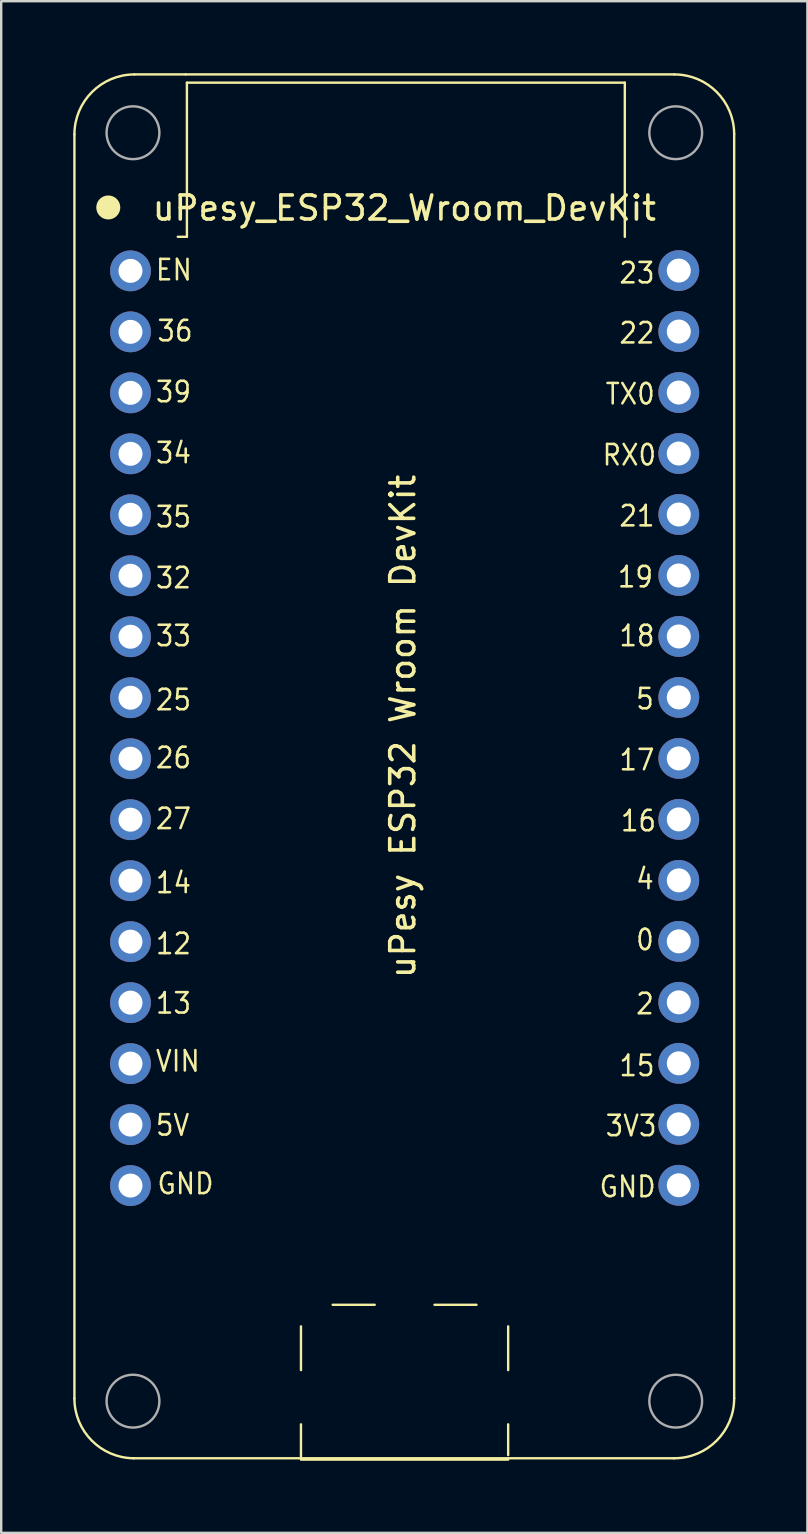
<source format=kicad_pcb>
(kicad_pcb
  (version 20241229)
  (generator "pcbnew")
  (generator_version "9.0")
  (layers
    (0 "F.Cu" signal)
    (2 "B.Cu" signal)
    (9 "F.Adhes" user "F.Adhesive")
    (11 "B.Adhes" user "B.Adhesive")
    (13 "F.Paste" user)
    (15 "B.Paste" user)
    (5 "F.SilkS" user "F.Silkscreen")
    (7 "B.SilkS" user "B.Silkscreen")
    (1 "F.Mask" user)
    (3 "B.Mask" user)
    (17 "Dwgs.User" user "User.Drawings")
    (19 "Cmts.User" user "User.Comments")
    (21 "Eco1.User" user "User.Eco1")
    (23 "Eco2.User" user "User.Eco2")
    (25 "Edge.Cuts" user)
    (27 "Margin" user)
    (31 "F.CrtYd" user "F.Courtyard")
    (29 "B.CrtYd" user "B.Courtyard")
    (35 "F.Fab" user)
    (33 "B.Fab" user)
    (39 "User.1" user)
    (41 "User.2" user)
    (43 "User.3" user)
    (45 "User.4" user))
  (footprint "uPesy_ESP32_Wroom_DevKit"
    (layer "F.Cu")
    (at 13.728 27.206)
    (property "Reference" "uPesy_ESP32_Wroom_DevKit" (at 0.064 -21.59 0) (layer "F.SilkS") (effects (font (size 1 1) (thickness 0.15))))
    (attr through_hole)
    (fp_line (start -13.678 27.994) (end -13.678 -24.656) (stroke (width 0.1) (type solid)) (layer "F.SilkS"))
    (fp_line (start -9.048 -27.156) (end -11.178 -27.156) (stroke (width 0.1) (type solid)) (layer "F.SilkS"))
    (fp_line (start -9.048 -27.156) (end 11.312 -27.156) (stroke (width 0.1) (type solid)) (layer "F.SilkS"))
    (fp_line (start -8.993 -26.812) (end -8.993 -20.393) (stroke (width 0.1) (type solid)) (layer "F.SilkS"))
    (fp_line (start -8.993 -26.812) (end 9.247 -26.812) (stroke (width 0.1) (type solid)) (layer "F.SilkS"))
    (fp_line (start -8.993 -20.393) (end -9.373 -20.393) (stroke (width 0.1) (type solid)) (layer "F.SilkS"))
    (fp_line (start -4.242 26.811) (end -4.242 24.991) (stroke (width 0.1) (type solid)) (layer "F.SilkS"))
    (fp_line (start -4.242 30.411) (end -4.242 29.071) (stroke (width 0.1) (type solid)) (layer "F.SilkS"))
    (fp_line (start -2.921 24.091) (end -1.171 24.091) (stroke (width 0.1) (type solid)) (layer "F.SilkS"))
    (fp_line (start 1.319 24.091) (end 3.068 24.091) (stroke (width 0.1) (type solid)) (layer "F.SilkS"))
    (fp_line (start 4.388 26.811) (end 4.388 24.991) (stroke (width 0.1) (type solid)) (layer "F.SilkS"))
    (fp_line (start 4.388 30.351) (end 4.388 29.071) (stroke (width 0.1) (type solid)) (layer "F.SilkS"))
    (fp_line (start 4.388 30.541) (end -4.242 30.541) (stroke (width 0.1) (type solid)) (layer "F.SilkS"))
    (fp_line (start 9.247 -26.812) (end 9.247 -20.393) (stroke (width 0.1) (type solid)) (layer "F.SilkS"))
    (fp_line (start 11.302 30.484) (end -11.218 30.484) (stroke (width 0.1) (type solid)) (layer "F.SilkS"))
    (fp_line (start 13.802 -24.666) (end 13.802 27.984) (stroke (width 0.1) (type solid)) (layer "F.SilkS"))
    (fp_arc (start -13.6782 -24.6556) (mid -12.945967 -26.423367) (end -11.1782 -27.1556) (stroke (width 0.1) (type solid)) (layer "F.SilkS"))
    (fp_arc (start -11.218186 30.48422) (mid -12.959466 29.744463) (end -13.678201 27.9944) (stroke (width 0.1) (type solid)) (layer "F.SilkS"))
    (fp_arc (start 11.3118 -27.1556) (mid 13.072496 -26.426296) (end 13.8018 -24.6656) (stroke (width 0.1) (type solid)) (layer "F.SilkS"))
    (fp_arc (start 13.8018 27.9844) (mid 13.069567 29.752167) (end 11.3018 30.4844) (stroke (width 0.1) (type solid)) (layer "F.SilkS"))
    (fp_circle (center -12.268 -21.615) (end -12.018 -21.615) (stroke (width 0.5) (type solid)) (fill no) (layer "F.SilkS"))
    (fp_circle (center -11.239 -24.727) (end -10.139 -24.727) (stroke (width 0.1) (type solid)) (fill no) (layer "F.Fab"))
    (fp_circle (center -11.239 28.105) (end -10.139 28.105) (stroke (width 0.1) (type solid)) (fill no) (layer "F.Fab"))
    (fp_circle (center 11.367 -24.727) (end 12.466 -24.727) (stroke (width 0.1) (type solid)) (fill no) (layer "F.Fab"))
    (fp_circle (center 11.367 28.105) (end 12.466 28.105) (stroke (width 0.1) (type solid)) (fill no) (layer "F.Fab"))
    (fp_text user "4" (at 9.652 6.35 180) (layer "F.SilkS") (effects (font (size 0.85 0.765) (thickness 0.106)) (justify left)))
    (fp_text user "36" (at -10.287 -16.472 0) (layer "F.SilkS") (effects (font (size 0.85 0.765) (thickness 0.106)) (justify left)))
    (fp_text user "GND" (at 8.128 19.177 180) (layer "F.SilkS") (effects (font (size 0.85 0.765) (thickness 0.106)) (justify left)))
    (fp_text user "22" (at 8.954 -16.383 180) (layer "F.SilkS") (effects (font (size 0.85 0.765) (thickness 0.106)) (justify left)))
    (fp_text user "21" (at 8.954 -8.763 180) (layer "F.SilkS") (effects (font (size 0.85 0.765) (thickness 0.106)) (justify left)))
    (fp_text user "15" (at 8.954 14.135 180) (layer "F.SilkS") (effects (font (size 0.85 0.765) (thickness 0.106)) (justify left)))
    (fp_text user "RX0" (at 8.255 -11.303 180) (layer "F.SilkS") (effects (font (size 0.85 0.765) (thickness 0.106)) (justify left)))
    (fp_text user "33" (at -10.351 -3.772 0) (layer "F.SilkS") (effects (font (size 0.85 0.765) (thickness 0.106)) (justify left)))
    (fp_text user "34" (at -10.351 -11.392 0) (layer "F.SilkS") (effects (font (size 0.85 0.765) (thickness 0.106)) (justify left)))
    (fp_text user "EN" (at -10.351 -19.012 0) (layer "F.SilkS") (effects (font (size 0.85 0.765) (thickness 0.106)) (justify left)))
    (fp_text user "27" (at -10.351 3.848 0) (layer "F.SilkS") (effects (font (size 0.85 0.765) (thickness 0.106)) (justify left)))
    (fp_text user "26" (at -10.351 1.308 0) (layer "F.SilkS") (effects (font (size 0.85 0.765) (thickness 0.106)) (justify left)))
    (fp_text user "2" (at 9.652 11.557 180) (layer "F.SilkS") (effects (font (size 0.85 0.765) (thickness 0.106)) (justify left)))
    (fp_text user "5" (at 9.652 -1.143 180) (layer "F.SilkS") (effects (font (size 0.85 0.765) (thickness 0.106)) (justify left)))
    (fp_text user "14" (at -10.351 6.515 0) (layer "F.SilkS") (effects (font (size 0.85 0.765) (thickness 0.106)) (justify left)))
    (fp_text user "5V" (at -10.351 16.612 0) (layer "F.SilkS") (effects (font (size 0.85 0.765) (thickness 0.106)) (justify left)))
    (fp_text user "17" (at 8.954 1.397 180) (layer "F.SilkS") (effects (font (size 0.85 0.765) (thickness 0.106)) (justify left)))
    (fp_text user "3V3" (at 8.382 16.637 180) (layer "F.SilkS") (effects (font (size 0.85 0.765) (thickness 0.106)) (justify left)))
    (fp_text user "13" (at -10.351 11.531 0) (layer "F.SilkS") (effects (font (size 0.85 0.765) (thickness 0.106)) (justify left)))
    (fp_text user "32" (at -10.351 -6.185 0) (layer "F.SilkS") (effects (font (size 0.85 0.765) (thickness 0.106)) (justify left)))
    (fp_text user "VIN" (at -10.351 13.944 0) (layer "F.SilkS") (effects (font (size 0.85 0.765) (thickness 0.106)) (justify left)))
    (fp_text user "23" (at 8.954 -18.885 180) (layer "F.SilkS") (effects (font (size 0.85 0.765) (thickness 0.106)) (justify left)))
    (fp_text user "12" (at -10.351 9.055 0) (layer "F.SilkS") (effects (font (size 0.85 0.765) (thickness 0.106)) (justify left)))
    (fp_text user "0" (at 9.652 8.89 180) (layer "F.SilkS") (effects (font (size 0.85 0.765) (thickness 0.106)) (justify left)))
    (fp_text user "uPesy ESP32 Wroom DevKit" (at 0 0 90) (layer "F.SilkS") (effects (font (size 1 1) (thickness 0.15))))
    (fp_text user "19" (at 8.89 -6.223 180) (layer "F.SilkS") (effects (font (size 0.85 0.765) (thickness 0.106)) (justify left)))
    (fp_text user "35" (at -10.351 -8.725 0) (layer "F.SilkS") (effects (font (size 0.85 0.765) (thickness 0.106)) (justify left)))
    (fp_text user "GND" (at -10.287 19.05 180) (layer "F.SilkS") (effects (font (size 0.85 0.765) (thickness 0.106)) (justify left)))
    (fp_text user "39" (at -10.351 -13.932 0) (layer "F.SilkS") (effects (font (size 0.85 0.765) (thickness 0.106)) (justify left)))
    (fp_text user "TX0" (at 8.382 -13.843 180) (layer "F.SilkS") (effects (font (size 0.85 0.765) (thickness 0.106)) (justify left)))
    (fp_text user "16" (at 9.017 3.937 180) (layer "F.SilkS") (effects (font (size 0.85 0.765) (thickness 0.106)) (justify left)))
    (fp_text user "18" (at 8.954 -3.772 180) (layer "F.SilkS") (effects (font (size 0.85 0.765) (thickness 0.106)) (justify left)))
    (fp_text user "25" (at -10.351 -1.105 0) (layer "F.SilkS") (effects (font (size 0.85 0.765) (thickness 0.106)) (justify left)))
    (pad "1" thru_hole circle (at -11.343 -18.974 270) (size 1.7 1.7) (drill 1) (layers "*.Cu" "*.Mask"))
    (pad "2" thru_hole circle (at -11.343 -16.434 270) (size 1.7 1.7) (drill 1) (layers "*.Cu" "*.Mask"))
    (pad "3" thru_hole circle (at -11.343 -13.894 270) (size 1.7 1.7) (drill 1) (layers "*.Cu" "*.Mask"))
    (pad "4" thru_hole circle (at -11.343 -11.354 270) (size 1.7 1.7) (drill 1) (layers "*.Cu" "*.Mask"))
    (pad "5" thru_hole circle (at -11.343 -8.814 270) (size 1.7 1.7) (drill 1) (layers "*.Cu" "*.Mask"))
    (pad "6" thru_hole circle (at -11.343 -6.274 270) (size 1.7 1.7) (drill 1) (layers "*.Cu" "*.Mask"))
    (pad "7" thru_hole circle (at -11.343 -3.734 270) (size 1.7 1.7) (drill 1) (layers "*.Cu" "*.Mask"))
    (pad "8" thru_hole circle (at -11.343 -1.194 270) (size 1.7 1.7) (drill 1) (layers "*.Cu" "*.Mask"))
    (pad "9" thru_hole circle (at -11.343 1.346 270) (size 1.7 1.7) (drill 1) (layers "*.Cu" "*.Mask"))
    (pad "10" thru_hole circle (at -11.343 3.886 270) (size 1.7 1.7) (drill 1) (layers "*.Cu" "*.Mask"))
    (pad "11" thru_hole circle (at -11.343 6.426 270) (size 1.7 1.7) (drill 1) (layers "*.Cu" "*.Mask"))
    (pad "12" thru_hole circle (at -11.343 8.966 270) (size 1.7 1.7) (drill 1) (layers "*.Cu" "*.Mask"))
    (pad "13" thru_hole circle (at -11.343 11.506 270) (size 1.7 1.7) (drill 1) (layers "*.Cu" "*.Mask"))
    (pad "14" thru_hole circle (at -11.343 14.046 270) (size 1.7 1.7) (drill 1) (layers "*.Cu" "*.Mask"))
    (pad "15" thru_hole circle (at -11.343 16.586 270) (size 1.7 1.7) (drill 1) (layers "*.Cu" "*.Mask"))
    (pad "16" thru_hole circle (at -11.343 19.126 270) (size 1.7 1.7) (drill 1) (layers "*.Cu" "*.Mask"))
    (pad "17" thru_hole circle (at 11.495 -18.986 90) (size 1.7 1.7) (drill 1) (layers "*.Cu" "*.Mask"))
    (pad "18" thru_hole circle (at 11.495 -16.446 90) (size 1.7 1.7) (drill 1) (layers "*.Cu" "*.Mask"))
    (pad "19" thru_hole circle (at 11.495 -13.906 90) (size 1.7 1.7) (drill 1) (layers "*.Cu" "*.Mask"))
    (pad "20" thru_hole circle (at 11.495 -11.366 90) (size 1.7 1.7) (drill 1) (layers "*.Cu" "*.Mask"))
    (pad "21" thru_hole circle (at 11.495 -8.826 90) (size 1.7 1.7) (drill 1) (layers "*.Cu" "*.Mask"))
    (pad "22" thru_hole circle (at 11.495 -6.286 90) (size 1.7 1.7) (drill 1) (layers "*.Cu" "*.Mask"))
    (pad "23" thru_hole circle (at 11.495 -3.746 90) (size 1.7 1.7) (drill 1) (layers "*.Cu" "*.Mask"))
    (pad "24" thru_hole circle (at 11.495 -1.206 90) (size 1.7 1.7) (drill 1) (layers "*.Cu" "*.Mask"))
    (pad "25" thru_hole circle (at 11.495 1.334 90) (size 1.7 1.7) (drill 1) (layers "*.Cu" "*.Mask"))
    (pad "26" thru_hole circle (at 11.495 3.874 90) (size 1.7 1.7) (drill 1) (layers "*.Cu" "*.Mask"))
    (pad "27" thru_hole circle (at 11.495 6.414 90) (size 1.7 1.7) (drill 1) (layers "*.Cu" "*.Mask"))
    (pad "28" thru_hole circle (at 11.495 8.954 90) (size 1.7 1.7) (drill 1) (layers "*.Cu" "*.Mask"))
    (pad "29" thru_hole circle (at 11.495 11.494 90) (size 1.7 1.7) (drill 1) (layers "*.Cu" "*.Mask"))
    (pad "30" thru_hole circle (at 11.495 14.034 90) (size 1.7 1.7) (drill 1) (layers "*.Cu" "*.Mask"))
    (pad "31" thru_hole circle (at 11.495 16.574 90) (size 1.7 1.7) (drill 1) (layers "*.Cu" "*.Mask"))
    (pad "32" thru_hole circle (at 11.495 19.114 90) (size 1.7 1.7) (drill 1) (layers "*.Cu" "*.Mask")))
  (gr_rect
    (start -3 -3)
    (end 30.58 60.797)
    (stroke (width 0.1) (type default))
    (fill no)
    (layer "Edge.Cuts")))
</source>
